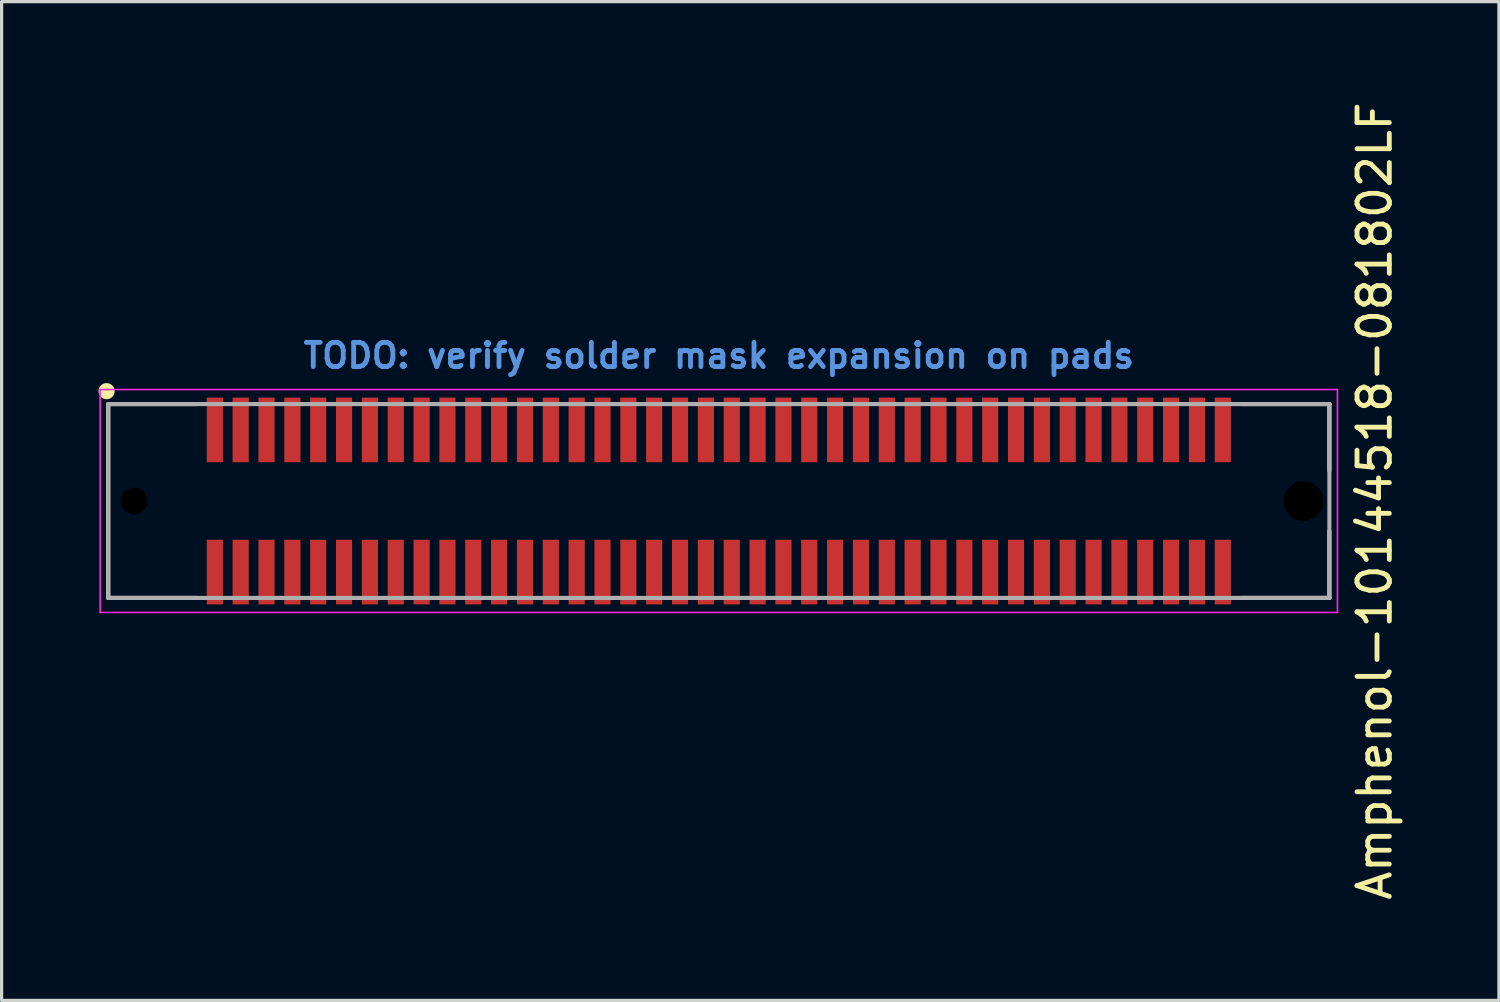
<source format=kicad_pcb>
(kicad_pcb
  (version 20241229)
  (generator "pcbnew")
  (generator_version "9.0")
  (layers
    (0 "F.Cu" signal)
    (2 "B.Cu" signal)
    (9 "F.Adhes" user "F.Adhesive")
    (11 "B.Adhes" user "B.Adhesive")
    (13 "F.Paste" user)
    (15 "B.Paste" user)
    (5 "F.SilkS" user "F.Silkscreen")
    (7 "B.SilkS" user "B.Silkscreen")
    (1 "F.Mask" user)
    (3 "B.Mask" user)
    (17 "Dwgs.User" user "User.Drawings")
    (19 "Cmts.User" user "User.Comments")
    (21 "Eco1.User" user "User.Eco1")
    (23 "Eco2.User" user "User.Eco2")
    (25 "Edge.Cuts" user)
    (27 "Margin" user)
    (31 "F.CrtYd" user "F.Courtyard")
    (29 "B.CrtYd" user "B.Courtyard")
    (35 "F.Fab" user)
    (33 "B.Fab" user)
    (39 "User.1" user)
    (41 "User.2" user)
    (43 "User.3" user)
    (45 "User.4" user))
  (footprint "Amphenol-10144518-081802LF"
    (layer "F.Cu")
    (at 19.2 12.458)
    (property "Reference" "Amphenol-10144518-081802LF" (at 20.3 0 90) (layer "F.SilkS") (effects (font (size 1 1) (thickness 0.15))))
    (attr smd)
    (fp_line (start -18.9 -3) (end -16.17 -3) (stroke (width 0.127) (type solid)) (layer "F.SilkS"))
    (fp_line (start -18.9 3) (end -18.9 -3) (stroke (width 0.127) (type solid)) (layer "F.SilkS"))
    (fp_line (start -18.9 3) (end -16.17 3) (stroke (width 0.127) (type solid)) (layer "F.SilkS"))
    (fp_line (start 16.17 -3) (end 18.9 -3) (stroke (width 0.127) (type solid)) (layer "F.SilkS"))
    (fp_line (start 16.17 3) (end 18.9 3) (stroke (width 0.127) (type solid)) (layer "F.SilkS"))
    (fp_line (start 18.9 -3) (end 18.9 -0.935) (stroke (width 0.127) (type solid)) (layer "F.SilkS"))
    (fp_line (start 18.9 0.935) (end 18.9 3) (stroke (width 0.127) (type solid)) (layer "F.SilkS"))
    (fp_circle (center -18.95 -3.4) (end -18.7 -3.4) (stroke (width 0) (type solid)) (fill yes) (layer "F.SilkS"))
    (fp_line (start -19.15 -3.45) (end -19.15 3.45) (stroke (width 0.05) (type solid)) (layer "F.CrtYd"))
    (fp_line (start -19.15 3.45) (end 19.15 3.45) (stroke (width 0.05) (type solid)) (layer "F.CrtYd"))
    (fp_line (start 19.15 -3.45) (end -19.15 -3.45) (stroke (width 0.05) (type solid)) (layer "F.CrtYd"))
    (fp_line (start 19.15 3.45) (end 19.15 -3.45) (stroke (width 0.05) (type solid)) (layer "F.CrtYd"))
    (fp_line (start -18.9 -3) (end 18.9 -3) (stroke (width 0.127) (type solid)) (layer "F.Fab"))
    (fp_line (start -18.9 3) (end -18.9 -3) (stroke (width 0.127) (type solid)) (layer "F.Fab"))
    (fp_line (start 18.9 -3) (end 18.9 3) (stroke (width 0.127) (type solid)) (layer "F.Fab"))
    (fp_line (start 18.9 3) (end -18.9 3) (stroke (width 0.127) (type solid)) (layer "F.Fab"))
    (fp_text user "TODO: verify solder mask expansion on pads" (at 0 -4.5 0) (unlocked yes) (layer "Cmts.User") (effects (font (size 0.75 0.75) (thickness 0.15))))
    (pad "" np_thru_hole circle (at -18.1 0) (size 0.83 0.83) (drill 0.83) (layers "*.Mask"))
    (pad "" np_thru_hole circle (at 18.1 0) (size 1.23 1.23) (drill 1.23) (layers "*.Mask"))
    (pad "1" smd rect (at -15.6 -2.2) (size 0.5 2) (layers "F.Cu" "F.Mask" "F.Paste"))
    (pad "2" smd rect (at -15.6 2.2) (size 0.5 2) (layers "F.Cu" "F.Mask" "F.Paste"))
    (pad "3" smd rect (at -14.8 -2.2) (size 0.5 2) (layers "F.Cu" "F.Mask" "F.Paste"))
    (pad "4" smd rect (at -14.8 2.2) (size 0.5 2) (layers "F.Cu" "F.Mask" "F.Paste"))
    (pad "5" smd rect (at -14 -2.2) (size 0.5 2) (layers "F.Cu" "F.Mask" "F.Paste"))
    (pad "6" smd rect (at -14 2.2) (size 0.5 2) (layers "F.Cu" "F.Mask" "F.Paste"))
    (pad "7" smd rect (at -13.2 -2.2) (size 0.5 2) (layers "F.Cu" "F.Mask" "F.Paste"))
    (pad "8" smd rect (at -13.2 2.2) (size 0.5 2) (layers "F.Cu" "F.Mask" "F.Paste"))
    (pad "9" smd rect (at -12.4 -2.2) (size 0.5 2) (layers "F.Cu" "F.Mask" "F.Paste"))
    (pad "10" smd rect (at -12.4 2.2) (size 0.5 2) (layers "F.Cu" "F.Mask" "F.Paste"))
    (pad "11" smd rect (at -11.6 -2.2) (size 0.5 2) (layers "F.Cu" "F.Mask" "F.Paste"))
    (pad "12" smd rect (at -11.6 2.2) (size 0.5 2) (layers "F.Cu" "F.Mask" "F.Paste"))
    (pad "13" smd rect (at -10.8 -2.2) (size 0.5 2) (layers "F.Cu" "F.Mask" "F.Paste"))
    (pad "14" smd rect (at -10.8 2.2) (size 0.5 2) (layers "F.Cu" "F.Mask" "F.Paste"))
    (pad "15" smd rect (at -10 -2.2) (size 0.5 2) (layers "F.Cu" "F.Mask" "F.Paste"))
    (pad "16" smd rect (at -10 2.2) (size 0.5 2) (layers "F.Cu" "F.Mask" "F.Paste"))
    (pad "17" smd rect (at -9.2 -2.2) (size 0.5 2) (layers "F.Cu" "F.Mask" "F.Paste"))
    (pad "18" smd rect (at -9.2 2.2) (size 0.5 2) (layers "F.Cu" "F.Mask" "F.Paste"))
    (pad "19" smd rect (at -8.4 -2.2) (size 0.5 2) (layers "F.Cu" "F.Mask" "F.Paste"))
    (pad "20" smd rect (at -8.4 2.2) (size 0.5 2) (layers "F.Cu" "F.Mask" "F.Paste"))
    (pad "21" smd rect (at -7.6 -2.2) (size 0.5 2) (layers "F.Cu" "F.Mask" "F.Paste"))
    (pad "22" smd rect (at -7.6 2.2) (size 0.5 2) (layers "F.Cu" "F.Mask" "F.Paste"))
    (pad "23" smd rect (at -6.8 -2.2) (size 0.5 2) (layers "F.Cu" "F.Mask" "F.Paste"))
    (pad "24" smd rect (at -6.8 2.2) (size 0.5 2) (layers "F.Cu" "F.Mask" "F.Paste"))
    (pad "25" smd rect (at -6 -2.2) (size 0.5 2) (layers "F.Cu" "F.Mask" "F.Paste"))
    (pad "26" smd rect (at -6 2.2) (size 0.5 2) (layers "F.Cu" "F.Mask" "F.Paste"))
    (pad "27" smd rect (at -5.2 -2.2) (size 0.5 2) (layers "F.Cu" "F.Mask" "F.Paste"))
    (pad "28" smd rect (at -5.2 2.2) (size 0.5 2) (layers "F.Cu" "F.Mask" "F.Paste"))
    (pad "29" smd rect (at -4.4 -2.2) (size 0.5 2) (layers "F.Cu" "F.Mask" "F.Paste"))
    (pad "30" smd rect (at -4.4 2.2) (size 0.5 2) (layers "F.Cu" "F.Mask" "F.Paste"))
    (pad "31" smd rect (at -3.6 -2.2) (size 0.5 2) (layers "F.Cu" "F.Mask" "F.Paste"))
    (pad "32" smd rect (at -3.6 2.2) (size 0.5 2) (layers "F.Cu" "F.Mask" "F.Paste"))
    (pad "33" smd rect (at -2.8 -2.2) (size 0.5 2) (layers "F.Cu" "F.Mask" "F.Paste"))
    (pad "34" smd rect (at -2.8 2.2) (size 0.5 2) (layers "F.Cu" "F.Mask" "F.Paste"))
    (pad "35" smd rect (at -2 -2.2) (size 0.5 2) (layers "F.Cu" "F.Mask" "F.Paste"))
    (pad "36" smd rect (at -2 2.2) (size 0.5 2) (layers "F.Cu" "F.Mask" "F.Paste"))
    (pad "37" smd rect (at -1.2 -2.2) (size 0.5 2) (layers "F.Cu" "F.Mask" "F.Paste"))
    (pad "38" smd rect (at -1.2 2.2) (size 0.5 2) (layers "F.Cu" "F.Mask" "F.Paste"))
    (pad "39" smd rect (at -0.4 -2.2) (size 0.5 2) (layers "F.Cu" "F.Mask" "F.Paste"))
    (pad "40" smd rect (at -0.4 2.2) (size 0.5 2) (layers "F.Cu" "F.Mask" "F.Paste"))
    (pad "41" smd rect (at 0.4 -2.2) (size 0.5 2) (layers "F.Cu" "F.Mask" "F.Paste"))
    (pad "42" smd rect (at 0.4 2.2) (size 0.5 2) (layers "F.Cu" "F.Mask" "F.Paste"))
    (pad "43" smd rect (at 1.2 -2.2) (size 0.5 2) (layers "F.Cu" "F.Mask" "F.Paste"))
    (pad "44" smd rect (at 1.2 2.2) (size 0.5 2) (layers "F.Cu" "F.Mask" "F.Paste"))
    (pad "45" smd rect (at 2 -2.2) (size 0.5 2) (layers "F.Cu" "F.Mask" "F.Paste"))
    (pad "46" smd rect (at 2 2.2) (size 0.5 2) (layers "F.Cu" "F.Mask" "F.Paste"))
    (pad "47" smd rect (at 2.8 -2.2) (size 0.5 2) (layers "F.Cu" "F.Mask" "F.Paste"))
    (pad "48" smd rect (at 2.8 2.2) (size 0.5 2) (layers "F.Cu" "F.Mask" "F.Paste"))
    (pad "49" smd rect (at 3.6 -2.2) (size 0.5 2) (layers "F.Cu" "F.Mask" "F.Paste"))
    (pad "50" smd rect (at 3.6 2.2) (size 0.5 2) (layers "F.Cu" "F.Mask" "F.Paste"))
    (pad "51" smd rect (at 4.4 -2.2) (size 0.5 2) (layers "F.Cu" "F.Mask" "F.Paste"))
    (pad "52" smd rect (at 4.4 2.2) (size 0.5 2) (layers "F.Cu" "F.Mask" "F.Paste"))
    (pad "53" smd rect (at 5.2 -2.2) (size 0.5 2) (layers "F.Cu" "F.Mask" "F.Paste"))
    (pad "54" smd rect (at 5.2 2.2) (size 0.5 2) (layers "F.Cu" "F.Mask" "F.Paste"))
    (pad "55" smd rect (at 6 -2.2) (size 0.5 2) (layers "F.Cu" "F.Mask" "F.Paste"))
    (pad "56" smd rect (at 6 2.2) (size 0.5 2) (layers "F.Cu" "F.Mask" "F.Paste"))
    (pad "57" smd rect (at 6.8 -2.2) (size 0.5 2) (layers "F.Cu" "F.Mask" "F.Paste"))
    (pad "58" smd rect (at 6.8 2.2) (size 0.5 2) (layers "F.Cu" "F.Mask" "F.Paste"))
    (pad "59" smd rect (at 7.6 -2.2) (size 0.5 2) (layers "F.Cu" "F.Mask" "F.Paste"))
    (pad "60" smd rect (at 7.6 2.2) (size 0.5 2) (layers "F.Cu" "F.Mask" "F.Paste"))
    (pad "61" smd rect (at 8.4 -2.2) (size 0.5 2) (layers "F.Cu" "F.Mask" "F.Paste"))
    (pad "62" smd rect (at 8.4 2.2) (size 0.5 2) (layers "F.Cu" "F.Mask" "F.Paste"))
    (pad "63" smd rect (at 9.2 -2.2) (size 0.5 2) (layers "F.Cu" "F.Mask" "F.Paste"))
    (pad "64" smd rect (at 9.2 2.2) (size 0.5 2) (layers "F.Cu" "F.Mask" "F.Paste"))
    (pad "65" smd rect (at 10 -2.2) (size 0.5 2) (layers "F.Cu" "F.Mask" "F.Paste"))
    (pad "66" smd rect (at 10 2.2) (size 0.5 2) (layers "F.Cu" "F.Mask" "F.Paste"))
    (pad "67" smd rect (at 10.8 -2.2) (size 0.5 2) (layers "F.Cu" "F.Mask" "F.Paste"))
    (pad "68" smd rect (at 10.8 2.2) (size 0.5 2) (layers "F.Cu" "F.Mask" "F.Paste"))
    (pad "69" smd rect (at 11.6 -2.2) (size 0.5 2) (layers "F.Cu" "F.Mask" "F.Paste"))
    (pad "70" smd rect (at 11.6 2.2) (size 0.5 2) (layers "F.Cu" "F.Mask" "F.Paste"))
    (pad "71" smd rect (at 12.4 -2.2) (size 0.5 2) (layers "F.Cu" "F.Mask" "F.Paste"))
    (pad "72" smd rect (at 12.4 2.2) (size 0.5 2) (layers "F.Cu" "F.Mask" "F.Paste"))
    (pad "73" smd rect (at 13.2 -2.2) (size 0.5 2) (layers "F.Cu" "F.Mask" "F.Paste"))
    (pad "74" smd rect (at 13.2 2.2) (size 0.5 2) (layers "F.Cu" "F.Mask" "F.Paste"))
    (pad "75" smd rect (at 14 -2.2) (size 0.5 2) (layers "F.Cu" "F.Mask" "F.Paste"))
    (pad "76" smd rect (at 14 2.2) (size 0.5 2) (layers "F.Cu" "F.Mask" "F.Paste"))
    (pad "77" smd rect (at 14.8 -2.2) (size 0.5 2) (layers "F.Cu" "F.Mask" "F.Paste"))
    (pad "78" smd rect (at 14.8 2.2) (size 0.5 2) (layers "F.Cu" "F.Mask" "F.Paste"))
    (pad "79" smd rect (at 15.6 -2.2) (size 0.5 2) (layers "F.Cu" "F.Mask" "F.Paste"))
    (pad "80" smd rect (at 15.6 2.2) (size 0.5 2) (layers "F.Cu" "F.Mask" "F.Paste")))
  (gr_rect
    (start -3 -3)
    (end 43.348 27.917)
    (stroke (width 0.1) (type default))
    (fill no)
    (layer "Edge.Cuts")))
</source>
